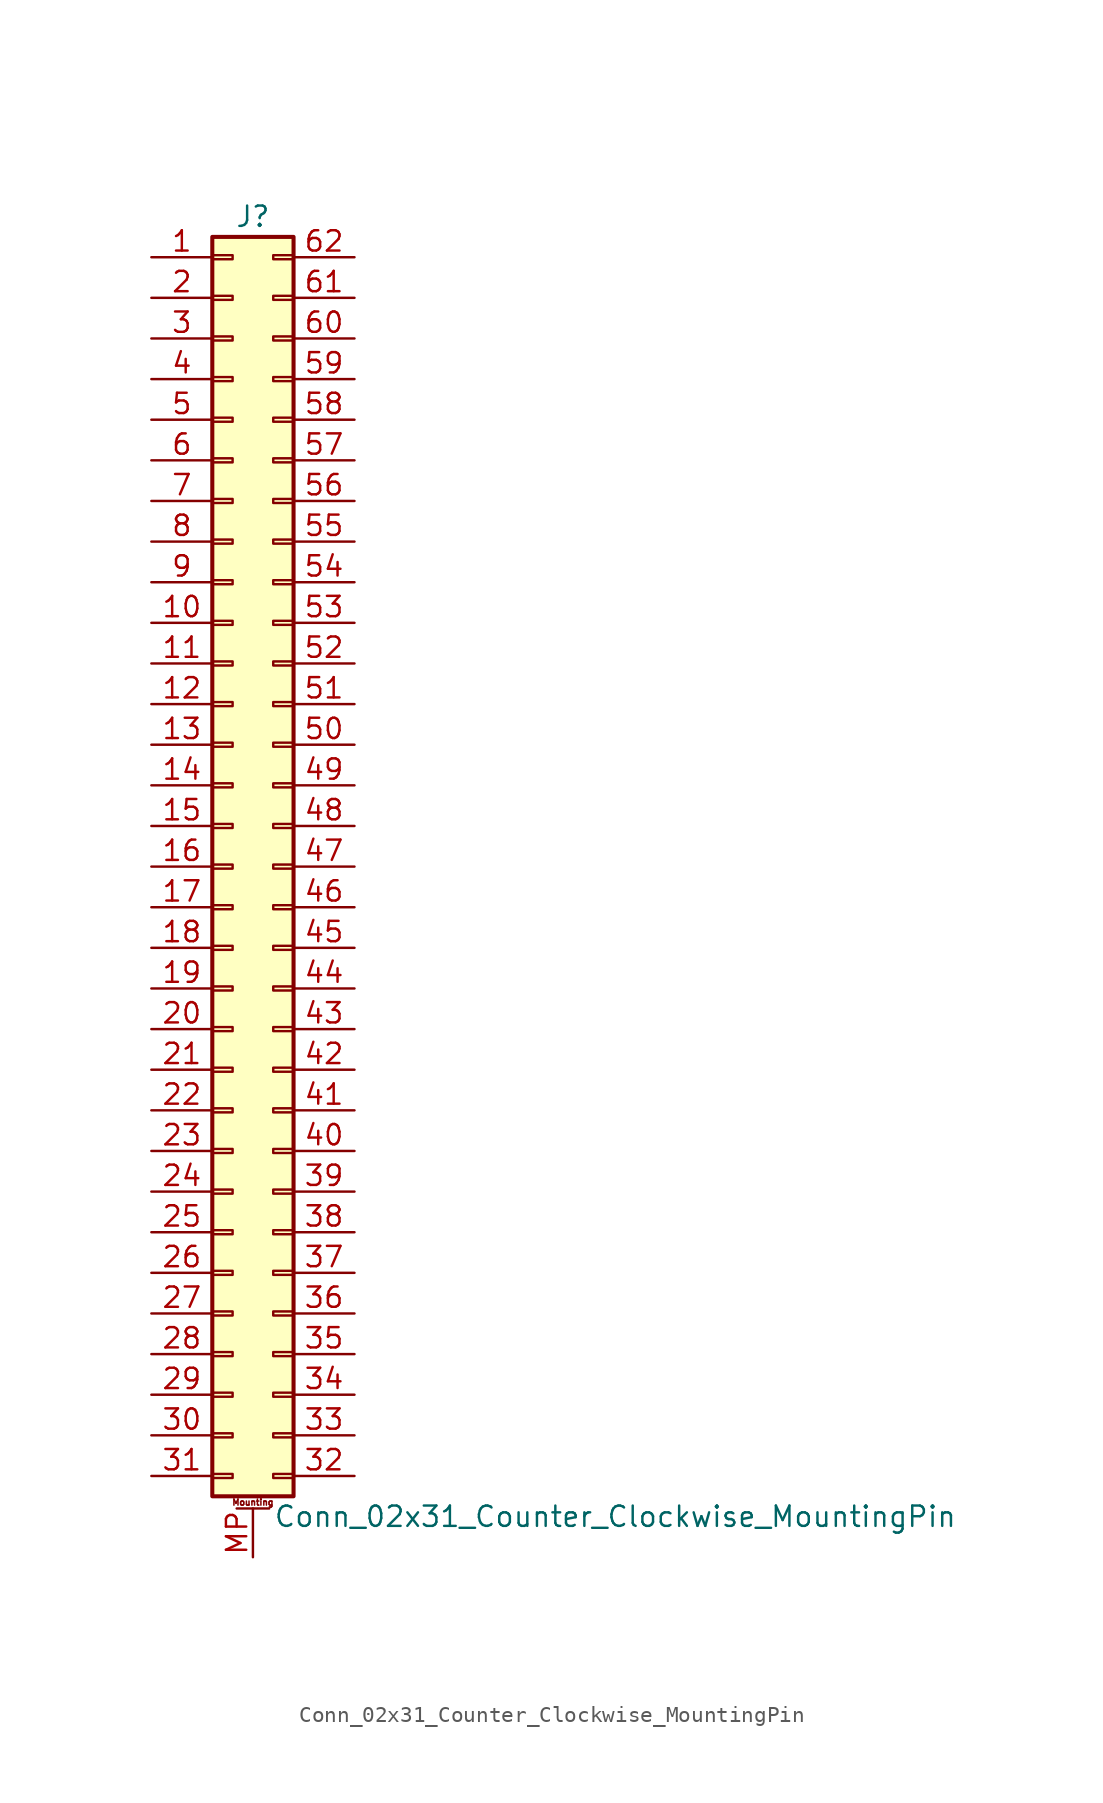
<source format=kicad_sym>
(kicad_symbol_lib
  (version 20211014)
  (generator kicad_symbol_editor)
  (symbol "Conn_02x31_Counter_Clockwise_MountingPin"
    (pin_names
      (offset 1.016) hide)
    (property "Reference" "J"
      (at 1.27 40.64 0)
      (effects (font (size 1.27 1.27))))
    (property "Value" "Conn_02x31_Counter_Clockwise_MountingPin"
      (at 2.54 -40.64 0)
      (effects (font (size 1.27 1.27)) (justify left)))
    (symbol "Conn_02x31_Counter_Clockwise_MountingPin_1_1"
      (rectangle (start -1.27 -37.973) (end 0 -38.227) (stroke (width 0.152) (type default) (color 0 0 0 0)) (fill (type none)))
      (rectangle (start -1.27 -35.433) (end 0 -35.687) (stroke (width 0.152) (type default) (color 0 0 0 0)) (fill (type none)))
      (rectangle (start -1.27 -32.893) (end 0 -33.147) (stroke (width 0.152) (type default) (color 0 0 0 0)) (fill (type none)))
      (rectangle (start -1.27 -30.353) (end 0 -30.607) (stroke (width 0.152) (type default) (color 0 0 0 0)) (fill (type none)))
      (rectangle (start -1.27 -27.813) (end 0 -28.067) (stroke (width 0.152) (type default) (color 0 0 0 0)) (fill (type none)))
      (rectangle (start -1.27 -25.273) (end 0 -25.527) (stroke (width 0.152) (type default) (color 0 0 0 0)) (fill (type none)))
      (rectangle (start -1.27 -22.733) (end 0 -22.987) (stroke (width 0.152) (type default) (color 0 0 0 0)) (fill (type none)))
      (rectangle (start -1.27 -20.193) (end 0 -20.447) (stroke (width 0.152) (type default) (color 0 0 0 0)) (fill (type none)))
      (rectangle (start -1.27 -17.653) (end 0 -17.907) (stroke (width 0.152) (type default) (color 0 0 0 0)) (fill (type none)))
      (rectangle (start -1.27 -15.113) (end 0 -15.367) (stroke (width 0.152) (type default) (color 0 0 0 0)) (fill (type none)))
      (rectangle (start -1.27 -12.573) (end 0 -12.827) (stroke (width 0.152) (type default) (color 0 0 0 0)) (fill (type none)))
      (rectangle (start -1.27 -10.033) (end 0 -10.287) (stroke (width 0.152) (type default) (color 0 0 0 0)) (fill (type none)))
      (rectangle (start -1.27 -7.493) (end 0 -7.747) (stroke (width 0.152) (type default) (color 0 0 0 0)) (fill (type none)))
      (rectangle (start -1.27 -4.953) (end 0 -5.207) (stroke (width 0.152) (type default) (color 0 0 0 0)) (fill (type none)))
      (rectangle (start -1.27 -2.413) (end 0 -2.667) (stroke (width 0.152) (type default) (color 0 0 0 0)) (fill (type none)))
      (rectangle (start -1.27 0.127) (end 0 -0.127) (stroke (width 0.152) (type default) (color 0 0 0 0)) (fill (type none)))
      (rectangle (start -1.27 2.667) (end 0 2.413) (stroke (width 0.152) (type default) (color 0 0 0 0)) (fill (type none)))
      (rectangle (start -1.27 5.207) (end 0 4.953) (stroke (width 0.152) (type default) (color 0 0 0 0)) (fill (type none)))
      (rectangle (start -1.27 7.747) (end 0 7.493) (stroke (width 0.152) (type default) (color 0 0 0 0)) (fill (type none)))
      (rectangle (start -1.27 10.287) (end 0 10.033) (stroke (width 0.152) (type default) (color 0 0 0 0)) (fill (type none)))
      (rectangle (start -1.27 12.827) (end 0 12.573) (stroke (width 0.152) (type default) (color 0 0 0 0)) (fill (type none)))
      (rectangle (start -1.27 15.367) (end 0 15.113) (stroke (width 0.152) (type default) (color 0 0 0 0)) (fill (type none)))
      (rectangle (start -1.27 17.907) (end 0 17.653) (stroke (width 0.152) (type default) (color 0 0 0 0)) (fill (type none)))
      (rectangle (start -1.27 20.447) (end 0 20.193) (stroke (width 0.152) (type default) (color 0 0 0 0)) (fill (type none)))
      (rectangle (start -1.27 22.987) (end 0 22.733) (stroke (width 0.152) (type default) (color 0 0 0 0)) (fill (type none)))
      (rectangle (start -1.27 25.527) (end 0 25.273) (stroke (width 0.152) (type default) (color 0 0 0 0)) (fill (type none)))
      (rectangle (start -1.27 28.067) (end 0 27.813) (stroke (width 0.152) (type default) (color 0 0 0 0)) (fill (type none)))
      (rectangle (start -1.27 30.607) (end 0 30.353) (stroke (width 0.152) (type default) (color 0 0 0 0)) (fill (type none)))
      (rectangle (start -1.27 33.147) (end 0 32.893) (stroke (width 0.152) (type default) (color 0 0 0 0)) (fill (type none)))
      (rectangle (start -1.27 35.687) (end 0 35.433) (stroke (width 0.152) (type default) (color 0 0 0 0)) (fill (type none)))
      (rectangle (start -1.27 38.227) (end 0 37.973) (stroke (width 0.152) (type default) (color 0 0 0 0)) (fill (type none)))
      (rectangle (start -1.27 39.37) (end 3.81 -39.37) (stroke (width 0.254) (type default) (color 0 0 0 0)) (fill (type background)))
      (polyline (pts (xy 0.254 -40.132) (xy 2.286 -40.132)) (stroke (width 0.152) (type default) (color 0 0 0 0)) (fill (type none)))
      (rectangle (start 3.81 -37.973) (end 2.54 -38.227) (stroke (width 0.152) (type default) (color 0 0 0 0)) (fill (type none)))
      (rectangle (start 3.81 -35.433) (end 2.54 -35.687) (stroke (width 0.152) (type default) (color 0 0 0 0)) (fill (type none)))
      (rectangle (start 3.81 -32.893) (end 2.54 -33.147) (stroke (width 0.152) (type default) (color 0 0 0 0)) (fill (type none)))
      (rectangle (start 3.81 -30.353) (end 2.54 -30.607) (stroke (width 0.152) (type default) (color 0 0 0 0)) (fill (type none)))
      (rectangle (start 3.81 -27.813) (end 2.54 -28.067) (stroke (width 0.152) (type default) (color 0 0 0 0)) (fill (type none)))
      (rectangle (start 3.81 -25.273) (end 2.54 -25.527) (stroke (width 0.152) (type default) (color 0 0 0 0)) (fill (type none)))
      (rectangle (start 3.81 -22.733) (end 2.54 -22.987) (stroke (width 0.152) (type default) (color 0 0 0 0)) (fill (type none)))
      (rectangle (start 3.81 -20.193) (end 2.54 -20.447) (stroke (width 0.152) (type default) (color 0 0 0 0)) (fill (type none)))
      (rectangle (start 3.81 -17.653) (end 2.54 -17.907) (stroke (width 0.152) (type default) (color 0 0 0 0)) (fill (type none)))
      (rectangle (start 3.81 -15.113) (end 2.54 -15.367) (stroke (width 0.152) (type default) (color 0 0 0 0)) (fill (type none)))
      (rectangle (start 3.81 -12.573) (end 2.54 -12.827) (stroke (width 0.152) (type default) (color 0 0 0 0)) (fill (type none)))
      (rectangle (start 3.81 -10.033) (end 2.54 -10.287) (stroke (width 0.152) (type default) (color 0 0 0 0)) (fill (type none)))
      (rectangle (start 3.81 -7.493) (end 2.54 -7.747) (stroke (width 0.152) (type default) (color 0 0 0 0)) (fill (type none)))
      (rectangle (start 3.81 -4.953) (end 2.54 -5.207) (stroke (width 0.152) (type default) (color 0 0 0 0)) (fill (type none)))
      (rectangle (start 3.81 -2.413) (end 2.54 -2.667) (stroke (width 0.152) (type default) (color 0 0 0 0)) (fill (type none)))
      (rectangle (start 3.81 0.127) (end 2.54 -0.127) (stroke (width 0.152) (type default) (color 0 0 0 0)) (fill (type none)))
      (rectangle (start 3.81 2.667) (end 2.54 2.413) (stroke (width 0.152) (type default) (color 0 0 0 0)) (fill (type none)))
      (rectangle (start 3.81 5.207) (end 2.54 4.953) (stroke (width 0.152) (type default) (color 0 0 0 0)) (fill (type none)))
      (rectangle (start 3.81 7.747) (end 2.54 7.493) (stroke (width 0.152) (type default) (color 0 0 0 0)) (fill (type none)))
      (rectangle (start 3.81 10.287) (end 2.54 10.033) (stroke (width 0.152) (type default) (color 0 0 0 0)) (fill (type none)))
      (rectangle (start 3.81 12.827) (end 2.54 12.573) (stroke (width 0.152) (type default) (color 0 0 0 0)) (fill (type none)))
      (rectangle (start 3.81 15.367) (end 2.54 15.113) (stroke (width 0.152) (type default) (color 0 0 0 0)) (fill (type none)))
      (rectangle (start 3.81 17.907) (end 2.54 17.653) (stroke (width 0.152) (type default) (color 0 0 0 0)) (fill (type none)))
      (rectangle (start 3.81 20.447) (end 2.54 20.193) (stroke (width 0.152) (type default) (color 0 0 0 0)) (fill (type none)))
      (rectangle (start 3.81 22.987) (end 2.54 22.733) (stroke (width 0.152) (type default) (color 0 0 0 0)) (fill (type none)))
      (rectangle (start 3.81 25.527) (end 2.54 25.273) (stroke (width 0.152) (type default) (color 0 0 0 0)) (fill (type none)))
      (rectangle (start 3.81 28.067) (end 2.54 27.813) (stroke (width 0.152) (type default) (color 0 0 0 0)) (fill (type none)))
      (rectangle (start 3.81 30.607) (end 2.54 30.353) (stroke (width 0.152) (type default) (color 0 0 0 0)) (fill (type none)))
      (rectangle (start 3.81 33.147) (end 2.54 32.893) (stroke (width 0.152) (type default) (color 0 0 0 0)) (fill (type none)))
      (rectangle (start 3.81 35.687) (end 2.54 35.433) (stroke (width 0.152) (type default) (color 0 0 0 0)) (fill (type none)))
      (rectangle (start 3.81 38.227) (end 2.54 37.973) (stroke (width 0.152) (type default) (color 0 0 0 0)) (fill (type none)))
      (text "Mounting" (at 1.27 -39.751 0) (effects (font (size 0.381 0.381))))
      (pin passive line (at -5.08 38.1 0) (length 3.81) (name "Pin_1" (effects (font (size 1.27 1.27)))) (number "1" (effects (font (size 1.27 1.27)))))
      (pin passive line (at -5.08 15.24 0) (length 3.81) (name "Pin_10" (effects (font (size 1.27 1.27)))) (number "10" (effects (font (size 1.27 1.27)))))
      (pin passive line (at -5.08 12.7 0) (length 3.81) (name "Pin_11" (effects (font (size 1.27 1.27)))) (number "11" (effects (font (size 1.27 1.27)))))
      (pin passive line (at -5.08 10.16 0) (length 3.81) (name "Pin_12" (effects (font (size 1.27 1.27)))) (number "12" (effects (font (size 1.27 1.27)))))
      (pin passive line (at -5.08 7.62 0) (length 3.81) (name "Pin_13" (effects (font (size 1.27 1.27)))) (number "13" (effects (font (size 1.27 1.27)))))
      (pin passive line (at -5.08 5.08 0) (length 3.81) (name "Pin_14" (effects (font (size 1.27 1.27)))) (number "14" (effects (font (size 1.27 1.27)))))
      (pin passive line (at -5.08 2.54 0) (length 3.81) (name "Pin_15" (effects (font (size 1.27 1.27)))) (number "15" (effects (font (size 1.27 1.27)))))
      (pin passive line (at -5.08 0 0) (length 3.81) (name "Pin_16" (effects (font (size 1.27 1.27)))) (number "16" (effects (font (size 1.27 1.27)))))
      (pin passive line (at -5.08 -2.54 0) (length 3.81) (name "Pin_17" (effects (font (size 1.27 1.27)))) (number "17" (effects (font (size 1.27 1.27)))))
      (pin passive line (at -5.08 -5.08 0) (length 3.81) (name "Pin_18" (effects (font (size 1.27 1.27)))) (number "18" (effects (font (size 1.27 1.27)))))
      (pin passive line (at -5.08 -7.62 0) (length 3.81) (name "Pin_19" (effects (font (size 1.27 1.27)))) (number "19" (effects (font (size 1.27 1.27)))))
      (pin passive line (at -5.08 35.56 0) (length 3.81) (name "Pin_2" (effects (font (size 1.27 1.27)))) (number "2" (effects (font (size 1.27 1.27)))))
      (pin passive line (at -5.08 -10.16 0) (length 3.81) (name "Pin_20" (effects (font (size 1.27 1.27)))) (number "20" (effects (font (size 1.27 1.27)))))
      (pin passive line (at -5.08 -12.7 0) (length 3.81) (name "Pin_21" (effects (font (size 1.27 1.27)))) (number "21" (effects (font (size 1.27 1.27)))))
      (pin passive line (at -5.08 -15.24 0) (length 3.81) (name "Pin_22" (effects (font (size 1.27 1.27)))) (number "22" (effects (font (size 1.27 1.27)))))
      (pin passive line (at -5.08 -17.78 0) (length 3.81) (name "Pin_23" (effects (font (size 1.27 1.27)))) (number "23" (effects (font (size 1.27 1.27)))))
      (pin passive line (at -5.08 -20.32 0) (length 3.81) (name "Pin_24" (effects (font (size 1.27 1.27)))) (number "24" (effects (font (size 1.27 1.27)))))
      (pin passive line (at -5.08 -22.86 0) (length 3.81) (name "Pin_25" (effects (font (size 1.27 1.27)))) (number "25" (effects (font (size 1.27 1.27)))))
      (pin passive line (at -5.08 -25.4 0) (length 3.81) (name "Pin_26" (effects (font (size 1.27 1.27)))) (number "26" (effects (font (size 1.27 1.27)))))
      (pin passive line (at -5.08 -27.94 0) (length 3.81) (name "Pin_27" (effects (font (size 1.27 1.27)))) (number "27" (effects (font (size 1.27 1.27)))))
      (pin passive line (at -5.08 -30.48 0) (length 3.81) (name "Pin_28" (effects (font (size 1.27 1.27)))) (number "28" (effects (font (size 1.27 1.27)))))
      (pin passive line (at -5.08 -33.02 0) (length 3.81) (name "Pin_29" (effects (font (size 1.27 1.27)))) (number "29" (effects (font (size 1.27 1.27)))))
      (pin passive line (at -5.08 33.02 0) (length 3.81) (name "Pin_3" (effects (font (size 1.27 1.27)))) (number "3" (effects (font (size 1.27 1.27)))))
      (pin passive line (at -5.08 -35.56 0) (length 3.81) (name "Pin_30" (effects (font (size 1.27 1.27)))) (number "30" (effects (font (size 1.27 1.27)))))
      (pin passive line (at -5.08 -38.1 0) (length 3.81) (name "Pin_31" (effects (font (size 1.27 1.27)))) (number "31" (effects (font (size 1.27 1.27)))))
      (pin passive line (at 7.62 -38.1 180) (length 3.81) (name "Pin_32" (effects (font (size 1.27 1.27)))) (number "32" (effects (font (size 1.27 1.27)))))
      (pin passive line (at 7.62 -35.56 180) (length 3.81) (name "Pin_33" (effects (font (size 1.27 1.27)))) (number "33" (effects (font (size 1.27 1.27)))))
      (pin passive line (at 7.62 -33.02 180) (length 3.81) (name "Pin_34" (effects (font (size 1.27 1.27)))) (number "34" (effects (font (size 1.27 1.27)))))
      (pin passive line (at 7.62 -30.48 180) (length 3.81) (name "Pin_35" (effects (font (size 1.27 1.27)))) (number "35" (effects (font (size 1.27 1.27)))))
      (pin passive line (at 7.62 -27.94 180) (length 3.81) (name "Pin_36" (effects (font (size 1.27 1.27)))) (number "36" (effects (font (size 1.27 1.27)))))
      (pin passive line (at 7.62 -25.4 180) (length 3.81) (name "Pin_37" (effects (font (size 1.27 1.27)))) (number "37" (effects (font (size 1.27 1.27)))))
      (pin passive line (at 7.62 -22.86 180) (length 3.81) (name "Pin_38" (effects (font (size 1.27 1.27)))) (number "38" (effects (font (size 1.27 1.27)))))
      (pin passive line (at 7.62 -20.32 180) (length 3.81) (name "Pin_39" (effects (font (size 1.27 1.27)))) (number "39" (effects (font (size 1.27 1.27)))))
      (pin passive line (at -5.08 30.48 0) (length 3.81) (name "Pin_4" (effects (font (size 1.27 1.27)))) (number "4" (effects (font (size 1.27 1.27)))))
      (pin passive line (at 7.62 -17.78 180) (length 3.81) (name "Pin_40" (effects (font (size 1.27 1.27)))) (number "40" (effects (font (size 1.27 1.27)))))
      (pin passive line (at 7.62 -15.24 180) (length 3.81) (name "Pin_41" (effects (font (size 1.27 1.27)))) (number "41" (effects (font (size 1.27 1.27)))))
      (pin passive line (at 7.62 -12.7 180) (length 3.81) (name "Pin_42" (effects (font (size 1.27 1.27)))) (number "42" (effects (font (size 1.27 1.27)))))
      (pin passive line (at 7.62 -10.16 180) (length 3.81) (name "Pin_43" (effects (font (size 1.27 1.27)))) (number "43" (effects (font (size 1.27 1.27)))))
      (pin passive line (at 7.62 -7.62 180) (length 3.81) (name "Pin_44" (effects (font (size 1.27 1.27)))) (number "44" (effects (font (size 1.27 1.27)))))
      (pin passive line (at 7.62 -5.08 180) (length 3.81) (name "Pin_45" (effects (font (size 1.27 1.27)))) (number "45" (effects (font (size 1.27 1.27)))))
      (pin passive line (at 7.62 -2.54 180) (length 3.81) (name "Pin_46" (effects (font (size 1.27 1.27)))) (number "46" (effects (font (size 1.27 1.27)))))
      (pin passive line (at 7.62 0 180) (length 3.81) (name "Pin_47" (effects (font (size 1.27 1.27)))) (number "47" (effects (font (size 1.27 1.27)))))
      (pin passive line (at 7.62 2.54 180) (length 3.81) (name "Pin_48" (effects (font (size 1.27 1.27)))) (number "48" (effects (font (size 1.27 1.27)))))
      (pin passive line (at 7.62 5.08 180) (length 3.81) (name "Pin_49" (effects (font (size 1.27 1.27)))) (number "49" (effects (font (size 1.27 1.27)))))
      (pin passive line (at -5.08 27.94 0) (length 3.81) (name "Pin_5" (effects (font (size 1.27 1.27)))) (number "5" (effects (font (size 1.27 1.27)))))
      (pin passive line (at 7.62 7.62 180) (length 3.81) (name "Pin_50" (effects (font (size 1.27 1.27)))) (number "50" (effects (font (size 1.27 1.27)))))
      (pin passive line (at 7.62 10.16 180) (length 3.81) (name "Pin_51" (effects (font (size 1.27 1.27)))) (number "51" (effects (font (size 1.27 1.27)))))
      (pin passive line (at 7.62 12.7 180) (length 3.81) (name "Pin_52" (effects (font (size 1.27 1.27)))) (number "52" (effects (font (size 1.27 1.27)))))
      (pin passive line (at 7.62 15.24 180) (length 3.81) (name "Pin_53" (effects (font (size 1.27 1.27)))) (number "53" (effects (font (size 1.27 1.27)))))
      (pin passive line (at 7.62 17.78 180) (length 3.81) (name "Pin_54" (effects (font (size 1.27 1.27)))) (number "54" (effects (font (size 1.27 1.27)))))
      (pin passive line (at 7.62 20.32 180) (length 3.81) (name "Pin_55" (effects (font (size 1.27 1.27)))) (number "55" (effects (font (size 1.27 1.27)))))
      (pin passive line (at 7.62 22.86 180) (length 3.81) (name "Pin_56" (effects (font (size 1.27 1.27)))) (number "56" (effects (font (size 1.27 1.27)))))
      (pin passive line (at 7.62 25.4 180) (length 3.81) (name "Pin_57" (effects (font (size 1.27 1.27)))) (number "57" (effects (font (size 1.27 1.27)))))
      (pin passive line (at 7.62 27.94 180) (length 3.81) (name "Pin_58" (effects (font (size 1.27 1.27)))) (number "58" (effects (font (size 1.27 1.27)))))
      (pin passive line (at 7.62 30.48 180) (length 3.81) (name "Pin_59" (effects (font (size 1.27 1.27)))) (number "59" (effects (font (size 1.27 1.27)))))
      (pin passive line (at -5.08 25.4 0) (length 3.81) (name "Pin_6" (effects (font (size 1.27 1.27)))) (number "6" (effects (font (size 1.27 1.27)))))
      (pin passive line (at 7.62 33.02 180) (length 3.81) (name "Pin_60" (effects (font (size 1.27 1.27)))) (number "60" (effects (font (size 1.27 1.27)))))
      (pin passive line (at 7.62 35.56 180) (length 3.81) (name "Pin_61" (effects (font (size 1.27 1.27)))) (number "61" (effects (font (size 1.27 1.27)))))
      (pin passive line (at 7.62 38.1 180) (length 3.81) (name "Pin_62" (effects (font (size 1.27 1.27)))) (number "62" (effects (font (size 1.27 1.27)))))
      (pin passive line (at -5.08 22.86 0) (length 3.81) (name "Pin_7" (effects (font (size 1.27 1.27)))) (number "7" (effects (font (size 1.27 1.27)))))
      (pin passive line (at -5.08 20.32 0) (length 3.81) (name "Pin_8" (effects (font (size 1.27 1.27)))) (number "8" (effects (font (size 1.27 1.27)))))
      (pin passive line (at -5.08 17.78 0) (length 3.81) (name "Pin_9" (effects (font (size 1.27 1.27)))) (number "9" (effects (font (size 1.27 1.27)))))
      (pin passive line (at 1.27 -43.18 90) (length 3.048) (name "MountPin" (effects (font (size 1.27 1.27)))) (number "MP" (effects (font (size 1.27 1.27))))))))
</source>
